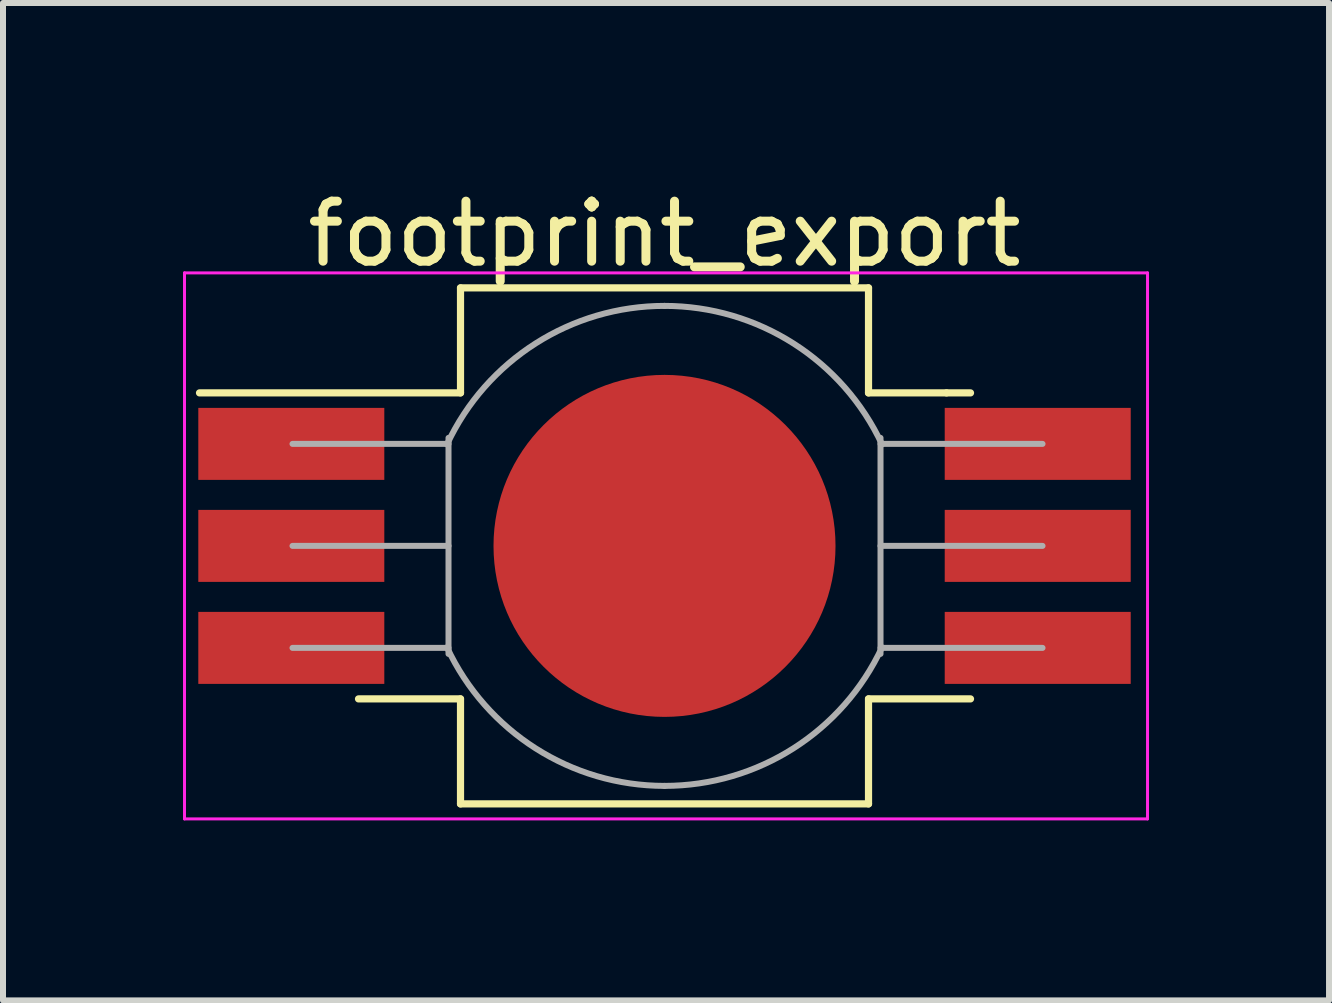
<source format=kicad_pcb>
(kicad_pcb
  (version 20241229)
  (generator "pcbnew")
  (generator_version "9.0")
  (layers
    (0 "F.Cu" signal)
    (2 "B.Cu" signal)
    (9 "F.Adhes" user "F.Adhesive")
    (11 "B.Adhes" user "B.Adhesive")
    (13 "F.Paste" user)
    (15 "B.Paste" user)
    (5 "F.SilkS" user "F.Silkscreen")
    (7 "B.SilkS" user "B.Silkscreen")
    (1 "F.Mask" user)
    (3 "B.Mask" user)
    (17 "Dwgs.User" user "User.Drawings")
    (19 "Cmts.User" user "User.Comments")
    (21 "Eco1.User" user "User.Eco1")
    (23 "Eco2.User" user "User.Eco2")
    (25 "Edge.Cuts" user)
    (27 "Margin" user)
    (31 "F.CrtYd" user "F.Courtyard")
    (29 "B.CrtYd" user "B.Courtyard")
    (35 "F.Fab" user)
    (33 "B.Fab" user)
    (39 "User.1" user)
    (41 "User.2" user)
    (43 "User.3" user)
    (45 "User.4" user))
  (footprint "footprint_export"
    (layer "F.Cu")
    (at 8.025 6.048)
    (property "Reference" "footprint_export" (at 0 -5.2 0) (layer "F.SilkS") (effects (font (size 1 1) (thickness 0.15))))
    (attr smd)
    (fp_line (start -7.75 -2.55) (end -3.4 -2.55) (stroke (width 0.12) (type solid)) (layer "F.SilkS"))
    (fp_line (start -5.1 2.55) (end -3.4 2.55) (stroke (width 0.12) (type solid)) (layer "F.SilkS"))
    (fp_line (start -3.4 -4.3) (end -3.4 -2.55) (stroke (width 0.12) (type solid)) (layer "F.SilkS"))
    (fp_line (start -3.4 2.55) (end -3.4 4.3) (stroke (width 0.12) (type solid)) (layer "F.SilkS"))
    (fp_line (start 3.4 -4.3) (end -3.4 -4.3) (stroke (width 0.12) (type solid)) (layer "F.SilkS"))
    (fp_line (start 3.4 -4.3) (end 3.4 -2.55) (stroke (width 0.12) (type solid)) (layer "F.SilkS"))
    (fp_line (start 3.4 -2.55) (end 4.7 -2.55) (stroke (width 0.12) (type solid)) (layer "F.SilkS"))
    (fp_line (start 3.4 2.55) (end 3.4 4.3) (stroke (width 0.12) (type solid)) (layer "F.SilkS"))
    (fp_line (start 3.4 4.3) (end -3.4 4.3) (stroke (width 0.12) (type solid)) (layer "F.SilkS"))
    (fp_line (start 4.7 -2.55) (end 5.1 -2.55) (stroke (width 0.12) (type solid)) (layer "F.SilkS"))
    (fp_line (start 5.1 2.55) (end 3.4 2.55) (stroke (width 0.12) (type solid)) (layer "F.SilkS"))
    (fp_line (start -8 -4.55) (end -8 4.55) (stroke (width 0.05) (type solid)) (layer "F.CrtYd"))
    (fp_line (start -8 -4.55) (end 8.05 -4.55) (stroke (width 0.05) (type solid)) (layer "F.CrtYd"))
    (fp_line (start -8 4.55) (end 8.05 4.55) (stroke (width 0.05) (type solid)) (layer "F.CrtYd"))
    (fp_line (start 8.05 -4.55) (end 8.05 4.55) (stroke (width 0.05) (type solid)) (layer "F.CrtYd"))
    (fp_line (start -6.2 0) (end -3.6 0) (stroke (width 0.1) (type solid)) (layer "F.Fab"))
    (fp_line (start -3.6 -1.7) (end -6.2 -1.7) (stroke (width 0.1) (type solid)) (layer "F.Fab"))
    (fp_line (start -3.6 1.7) (end -6.2 1.7) (stroke (width 0.1) (type solid)) (layer "F.Fab"))
    (fp_line (start -3.6 1.8) (end -3.6 -1.8) (stroke (width 0.1) (type solid)) (layer "F.Fab"))
    (fp_line (start 3.6 -1.8) (end 3.6 1.8) (stroke (width 0.1) (type solid)) (layer "F.Fab"))
    (fp_line (start 3.6 -1.7) (end 6.3 -1.7) (stroke (width 0.1) (type solid)) (layer "F.Fab"))
    (fp_line (start 3.6 1.7) (end 6.3 1.7) (stroke (width 0.1) (type solid)) (layer "F.Fab"))
    (fp_line (start 6.3 0) (end 3.6 0) (stroke (width 0.1) (type solid)) (layer "F.Fab"))
    (fp_arc (start -3.625231 -1.690473) (mid -2.149198 -3.373566) (end 0 -4) (stroke (width 0.1) (type solid)) (layer "F.Fab"))
    (fp_arc (start 0 -4) (mid 2.149198 -3.373566) (end 3.625231 -1.690473) (stroke (width 0.1) (type solid)) (layer "F.Fab"))
    (fp_arc (start 0 4) (mid -2.149198 3.373566) (end -3.625231 1.690473) (stroke (width 0.1) (type solid)) (layer "F.Fab"))
    (fp_arc (start 3.625231 1.690473) (mid 2.149198 3.373566) (end 0 4) (stroke (width 0.1) (type solid)) (layer "F.Fab"))
    (pad "1" smd rect (at -6.22 -1.7) (size 3.1 1.2) (layers "F.Cu" "F.Mask" "F.Paste"))
    (pad "2" smd rect (at -6.22 0) (size 3.1 1.2) (layers "F.Cu" "F.Mask" "F.Paste"))
    (pad "3" smd rect (at -6.22 1.7) (size 3.1 1.2) (layers "F.Cu" "F.Mask" "F.Paste"))
    (pad "4" smd rect (at 6.22 1.7 180) (size 3.1 1.2) (layers "F.Cu" "F.Mask" "F.Paste"))
    (pad "5" smd rect (at 6.22 0 180) (size 3.1 1.2) (layers "F.Cu" "F.Mask" "F.Paste"))
    (pad "6" smd rect (at 6.22 -1.7 180) (size 3.1 1.2) (layers "F.Cu" "F.Mask" "F.Paste"))
    (pad "PAD" smd circle (at 0 0) (size 5.7 5.7) (layers "F.Cu" "F.Mask" "F.Paste")))
  (gr_rect
    (start -3 -3)
    (end 19.1 13.623)
    (stroke (width 0.1) (type default))
    (fill no)
    (layer "Edge.Cuts")))
</source>
